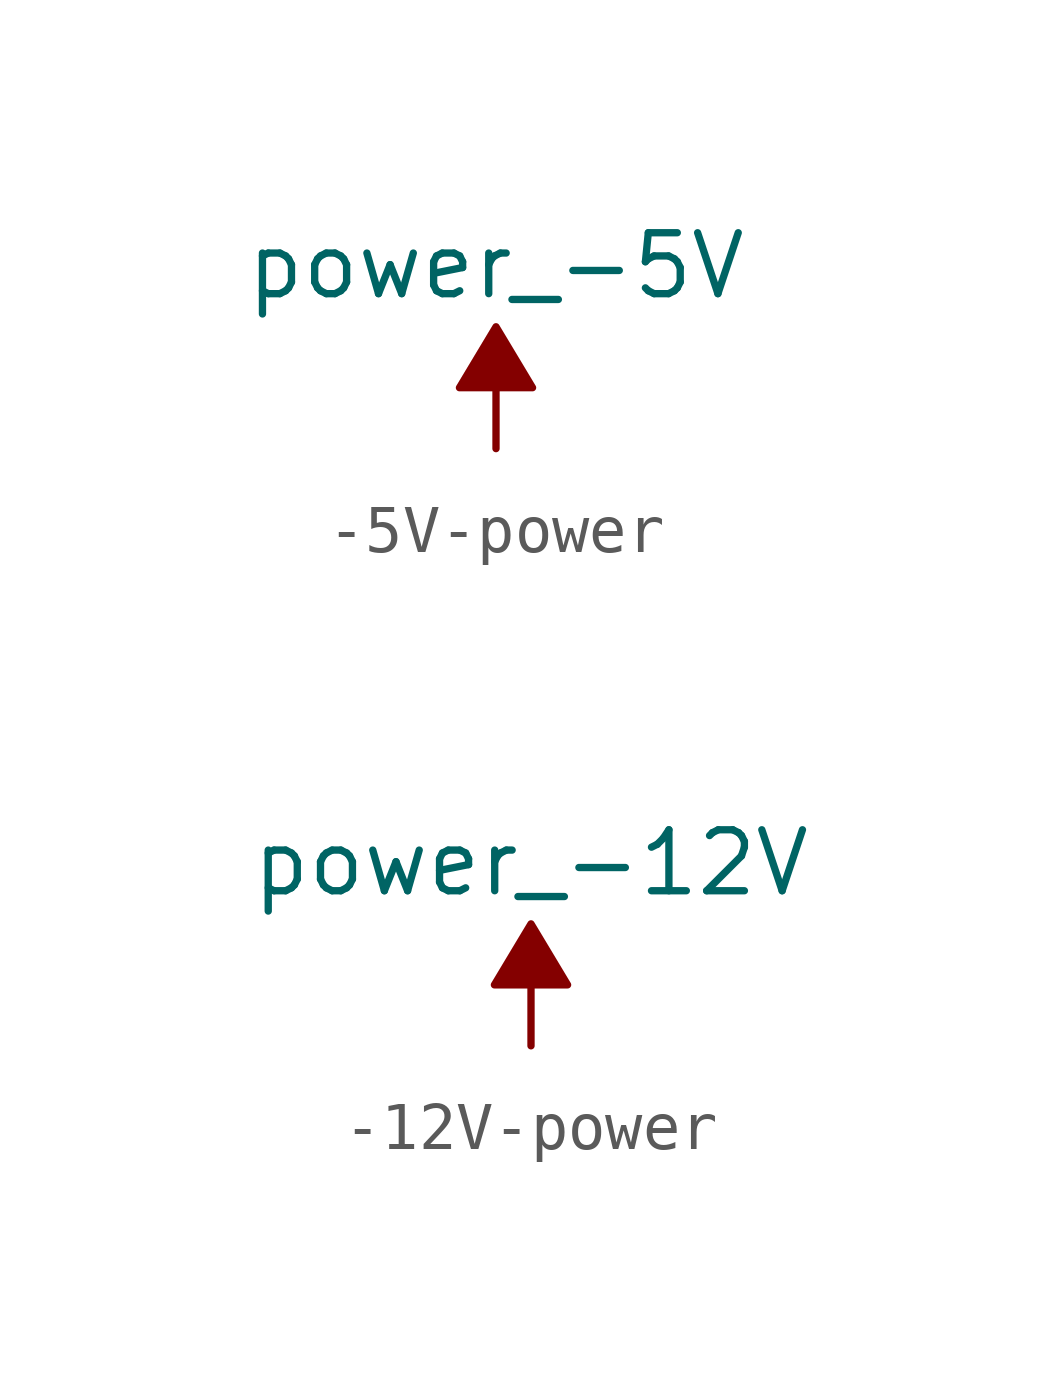
<source format=kicad_sym>
(kicad_symbol_lib
  (version 20231120)
  (generator "kicad_symbol_editor")
  (generator_version "8.0")
  (symbol "-5V-power"
    (power)
    (pin_names
      (offset 0))
    (property "Reference" "#PWR"
      (at 0 2.54 0)
      (effects (font (size 1.27 1.27)) (hide yes)))
    (property "Value" "power_-5V"
      (at 0 3.81 0)
      (effects (font (size 1.27 1.27))))
    (symbol "-5V-power_0_0"
      (pin power_in line (at 0 0 90) (length 0) hide (name "-5V" (effects (font (size 1.27 1.27)))) (number "1" (effects (font (size 1.27 1.27))))))
    (symbol "-5V-power_0_1"
      (polyline (pts (xy 0 0) (xy 0 1.27) (xy 0.762 1.27) (xy 0 2.54) (xy -0.762 1.27) (xy 0 1.27)) (stroke (width 0) (type solid)) (fill (type outline)))))
  (symbol "-12V-power"
    (power)
    (pin_names
      (offset 0))
    (property "Reference" "#PWR"
      (at 0 2.54 0)
      (effects (font (size 1.27 1.27)) (hide yes)))
    (property "Value" "power_-12V"
      (at 0 3.81 0)
      (effects (font (size 1.27 1.27))))
    (symbol "-12V-power_0_0"
      (pin power_in line (at 0 0 90) (length 0) hide (name "-12V" (effects (font (size 1.27 1.27)))) (number "1" (effects (font (size 1.27 1.27))))))
    (symbol "-12V-power_0_1"
      (polyline (pts (xy 0 0) (xy 0 1.27) (xy 0.762 1.27) (xy 0 2.54) (xy -0.762 1.27) (xy 0 1.27)) (stroke (width 0) (type solid)) (fill (type outline))))))
</source>
